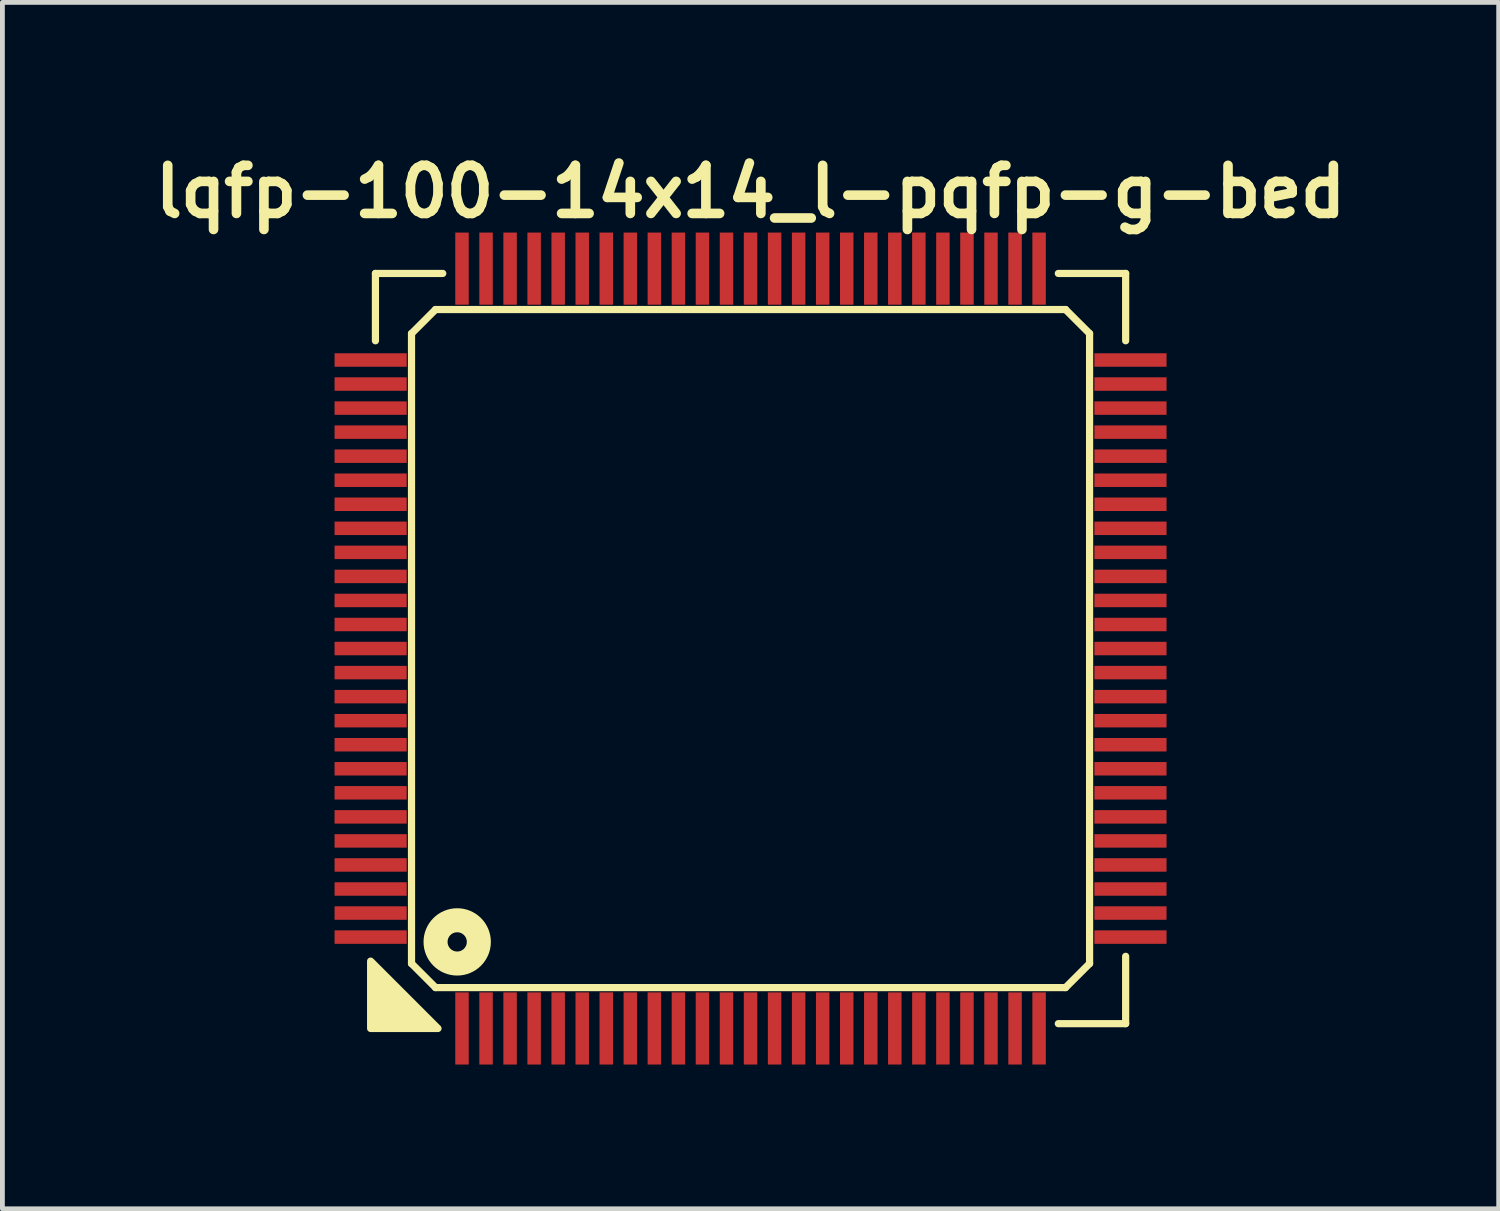
<source format=kicad_pcb>
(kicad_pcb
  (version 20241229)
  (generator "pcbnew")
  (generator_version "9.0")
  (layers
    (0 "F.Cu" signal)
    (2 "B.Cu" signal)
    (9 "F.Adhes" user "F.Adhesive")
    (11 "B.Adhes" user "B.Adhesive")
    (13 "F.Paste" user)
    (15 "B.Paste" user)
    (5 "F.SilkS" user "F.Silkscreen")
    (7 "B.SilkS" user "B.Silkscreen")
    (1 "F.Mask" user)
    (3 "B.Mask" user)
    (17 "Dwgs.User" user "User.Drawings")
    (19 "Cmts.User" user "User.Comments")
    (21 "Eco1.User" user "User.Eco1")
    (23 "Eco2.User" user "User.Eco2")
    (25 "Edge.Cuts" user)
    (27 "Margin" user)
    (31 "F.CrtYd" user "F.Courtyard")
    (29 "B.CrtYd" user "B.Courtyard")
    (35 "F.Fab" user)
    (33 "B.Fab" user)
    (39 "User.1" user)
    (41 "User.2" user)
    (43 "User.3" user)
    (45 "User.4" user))
  (footprint "lqfp-100-14x14_l-pqfp-g-bed"
    (layer "F.Cu")
    (at 12.557 10.436)
    (property "Reference" "lqfp-100-14x14_l-pqfp-g-bed" (at 0 -9.5 0) (layer "F.SilkS") (effects (font (size 1 1) (thickness 0.2))))
    (attr smd)
    (fp_line (start -7.8 -7.8) (end -6.4 -7.8) (stroke (width 0.15) (type solid)) (layer "F.SilkS"))
    (fp_line (start -7.8 -6.4) (end -7.8 -7.8) (stroke (width 0.15) (type solid)) (layer "F.SilkS"))
    (fp_line (start -7.05 -6.55) (end -6.55 -7.05) (stroke (width 0.15) (type solid)) (layer "F.SilkS"))
    (fp_line (start -7.05 6.55) (end -7.05 -6.55) (stroke (width 0.15) (type solid)) (layer "F.SilkS"))
    (fp_line (start -6.55 -7.05) (end 6.55 -7.05) (stroke (width 0.15) (type solid)) (layer "F.SilkS"))
    (fp_line (start -6.55 7.05) (end -7.05 6.55) (stroke (width 0.15) (type solid)) (layer "F.SilkS"))
    (fp_line (start 6.4 -7.8) (end 7.8 -7.8) (stroke (width 0.15) (type solid)) (layer "F.SilkS"))
    (fp_line (start 6.55 -7.05) (end 7.05 -6.55) (stroke (width 0.15) (type solid)) (layer "F.SilkS"))
    (fp_line (start 6.55 7.05) (end -6.55 7.05) (stroke (width 0.15) (type solid)) (layer "F.SilkS"))
    (fp_line (start 7.05 -6.55) (end 7.05 6.55) (stroke (width 0.15) (type solid)) (layer "F.SilkS"))
    (fp_line (start 7.05 6.55) (end 6.55 7.05) (stroke (width 0.15) (type solid)) (layer "F.SilkS"))
    (fp_line (start 7.8 -7.8) (end 7.8 -6.4) (stroke (width 0.15) (type solid)) (layer "F.SilkS"))
    (fp_line (start 7.8 6.4) (end 7.8 7.8) (stroke (width 0.15) (type solid)) (layer "F.SilkS"))
    (fp_line (start 7.8 7.8) (end 6.4 7.8) (stroke (width 0.15) (type solid)) (layer "F.SilkS"))
    (fp_circle (center -6.1 6.1) (end -5.9 6.1) (stroke (width 0.5) (type solid)) (fill no) (layer "F.SilkS"))
    (fp_poly (pts (xy -6.5 7.9) (xy -7.9 7.9) (xy -7.9 6.5)) (stroke (width 0.15) (type solid)) (fill yes) (layer "F.SilkS"))
    (pad "1" smd rect (at -6 7.9) (size 0.28 1.5) (layers "F.Cu" "F.Mask" "F.Paste"))
    (pad "2" smd rect (at -5.5 7.9) (size 0.28 1.5) (layers "F.Cu" "F.Mask" "F.Paste"))
    (pad "3" smd rect (at -5 7.9) (size 0.28 1.5) (layers "F.Cu" "F.Mask" "F.Paste"))
    (pad "4" smd rect (at -4.5 7.9) (size 0.28 1.5) (layers "F.Cu" "F.Mask" "F.Paste"))
    (pad "5" smd rect (at -4 7.9) (size 0.28 1.5) (layers "F.Cu" "F.Mask" "F.Paste"))
    (pad "6" smd rect (at -3.5 7.9) (size 0.28 1.5) (layers "F.Cu" "F.Mask" "F.Paste"))
    (pad "7" smd rect (at -3 7.9) (size 0.28 1.5) (layers "F.Cu" "F.Mask" "F.Paste"))
    (pad "8" smd rect (at -2.5 7.9) (size 0.28 1.5) (layers "F.Cu" "F.Mask" "F.Paste"))
    (pad "9" smd rect (at -2 7.9) (size 0.28 1.5) (layers "F.Cu" "F.Mask" "F.Paste"))
    (pad "10" smd rect (at -1.5 7.9) (size 0.28 1.5) (layers "F.Cu" "F.Mask" "F.Paste"))
    (pad "11" smd rect (at -1 7.9) (size 0.28 1.5) (layers "F.Cu" "F.Mask" "F.Paste"))
    (pad "12" smd rect (at -0.5 7.9) (size 0.28 1.5) (layers "F.Cu" "F.Mask" "F.Paste"))
    (pad "13" smd rect (at 0 7.9) (size 0.28 1.5) (layers "F.Cu" "F.Mask" "F.Paste"))
    (pad "14" smd rect (at 0.5 7.9) (size 0.28 1.5) (layers "F.Cu" "F.Mask" "F.Paste"))
    (pad "15" smd rect (at 1 7.9) (size 0.28 1.5) (layers "F.Cu" "F.Mask" "F.Paste"))
    (pad "16" smd rect (at 1.5 7.9) (size 0.28 1.5) (layers "F.Cu" "F.Mask" "F.Paste"))
    (pad "17" smd rect (at 2 7.9) (size 0.28 1.5) (layers "F.Cu" "F.Mask" "F.Paste"))
    (pad "18" smd rect (at 2.5 7.9) (size 0.28 1.5) (layers "F.Cu" "F.Mask" "F.Paste"))
    (pad "19" smd rect (at 3 7.9) (size 0.28 1.5) (layers "F.Cu" "F.Mask" "F.Paste"))
    (pad "20" smd rect (at 3.5 7.9) (size 0.28 1.5) (layers "F.Cu" "F.Mask" "F.Paste"))
    (pad "21" smd rect (at 4 7.9) (size 0.28 1.5) (layers "F.Cu" "F.Mask" "F.Paste"))
    (pad "22" smd rect (at 4.5 7.9) (size 0.28 1.5) (layers "F.Cu" "F.Mask" "F.Paste"))
    (pad "23" smd rect (at 5 7.9) (size 0.28 1.5) (layers "F.Cu" "F.Mask" "F.Paste"))
    (pad "24" smd rect (at 5.5 7.9) (size 0.28 1.5) (layers "F.Cu" "F.Mask" "F.Paste"))
    (pad "25" smd rect (at 6 7.9) (size 0.28 1.5) (layers "F.Cu" "F.Mask" "F.Paste"))
    (pad "26" smd rect (at 7.9 6) (size 1.5 0.28) (layers "F.Cu" "F.Mask" "F.Paste"))
    (pad "27" smd rect (at 7.9 5.5) (size 1.5 0.28) (layers "F.Cu" "F.Mask" "F.Paste"))
    (pad "28" smd rect (at 7.9 5) (size 1.5 0.28) (layers "F.Cu" "F.Mask" "F.Paste"))
    (pad "29" smd rect (at 7.9 4.5) (size 1.5 0.28) (layers "F.Cu" "F.Mask" "F.Paste"))
    (pad "30" smd rect (at 7.9 4) (size 1.5 0.28) (layers "F.Cu" "F.Mask" "F.Paste"))
    (pad "31" smd rect (at 7.9 3.5) (size 1.5 0.28) (layers "F.Cu" "F.Mask" "F.Paste"))
    (pad "32" smd rect (at 7.9 3) (size 1.5 0.28) (layers "F.Cu" "F.Mask" "F.Paste"))
    (pad "33" smd rect (at 7.9 2.5) (size 1.5 0.28) (layers "F.Cu" "F.Mask" "F.Paste"))
    (pad "34" smd rect (at 7.9 2) (size 1.5 0.28) (layers "F.Cu" "F.Mask" "F.Paste"))
    (pad "35" smd rect (at 7.9 1.5) (size 1.5 0.28) (layers "F.Cu" "F.Mask" "F.Paste"))
    (pad "36" smd rect (at 7.9 1) (size 1.5 0.28) (layers "F.Cu" "F.Mask" "F.Paste"))
    (pad "37" smd rect (at 7.9 0.5) (size 1.5 0.28) (layers "F.Cu" "F.Mask" "F.Paste"))
    (pad "38" smd rect (at 7.9 0) (size 1.5 0.28) (layers "F.Cu" "F.Mask" "F.Paste"))
    (pad "39" smd rect (at 7.9 -0.5) (size 1.5 0.28) (layers "F.Cu" "F.Mask" "F.Paste"))
    (pad "40" smd rect (at 7.9 -1) (size 1.5 0.28) (layers "F.Cu" "F.Mask" "F.Paste"))
    (pad "41" smd rect (at 7.9 -1.5) (size 1.5 0.28) (layers "F.Cu" "F.Mask" "F.Paste"))
    (pad "42" smd rect (at 7.9 -2) (size 1.5 0.28) (layers "F.Cu" "F.Mask" "F.Paste"))
    (pad "43" smd rect (at 7.9 -2.5) (size 1.5 0.28) (layers "F.Cu" "F.Mask" "F.Paste"))
    (pad "44" smd rect (at 7.9 -3) (size 1.5 0.28) (layers "F.Cu" "F.Mask" "F.Paste"))
    (pad "45" smd rect (at 7.9 -3.5) (size 1.5 0.28) (layers "F.Cu" "F.Mask" "F.Paste"))
    (pad "46" smd rect (at 7.9 -4) (size 1.5 0.28) (layers "F.Cu" "F.Mask" "F.Paste"))
    (pad "47" smd rect (at 7.9 -4.5) (size 1.5 0.28) (layers "F.Cu" "F.Mask" "F.Paste"))
    (pad "48" smd rect (at 7.9 -5) (size 1.5 0.28) (layers "F.Cu" "F.Mask" "F.Paste"))
    (pad "49" smd rect (at 7.9 -5.5) (size 1.5 0.28) (layers "F.Cu" "F.Mask" "F.Paste"))
    (pad "50" smd rect (at 7.9 -6) (size 1.5 0.28) (layers "F.Cu" "F.Mask" "F.Paste"))
    (pad "51" smd rect (at 6 -7.9) (size 0.28 1.5) (layers "F.Cu" "F.Mask" "F.Paste"))
    (pad "52" smd rect (at 5.5 -7.9) (size 0.28 1.5) (layers "F.Cu" "F.Mask" "F.Paste"))
    (pad "53" smd rect (at 5 -7.9) (size 0.28 1.5) (layers "F.Cu" "F.Mask" "F.Paste"))
    (pad "54" smd rect (at 4.5 -7.9) (size 0.28 1.5) (layers "F.Cu" "F.Mask" "F.Paste"))
    (pad "55" smd rect (at 4 -7.9) (size 0.28 1.5) (layers "F.Cu" "F.Mask" "F.Paste"))
    (pad "56" smd rect (at 3.5 -7.9) (size 0.28 1.5) (layers "F.Cu" "F.Mask" "F.Paste"))
    (pad "57" smd rect (at 3 -7.9) (size 0.28 1.5) (layers "F.Cu" "F.Mask" "F.Paste"))
    (pad "58" smd rect (at 2.5 -7.9) (size 0.28 1.5) (layers "F.Cu" "F.Mask" "F.Paste"))
    (pad "59" smd rect (at 2 -7.9) (size 0.28 1.5) (layers "F.Cu" "F.Mask" "F.Paste"))
    (pad "60" smd rect (at 1.5 -7.9) (size 0.28 1.5) (layers "F.Cu" "F.Mask" "F.Paste"))
    (pad "61" smd rect (at 1 -7.9) (size 0.28 1.5) (layers "F.Cu" "F.Mask" "F.Paste"))
    (pad "62" smd rect (at 0.5 -7.9) (size 0.28 1.5) (layers "F.Cu" "F.Mask" "F.Paste"))
    (pad "63" smd rect (at 0 -7.9) (size 0.28 1.5) (layers "F.Cu" "F.Mask" "F.Paste"))
    (pad "64" smd rect (at -0.5 -7.9) (size 0.28 1.5) (layers "F.Cu" "F.Mask" "F.Paste"))
    (pad "65" smd rect (at -1 -7.9) (size 0.28 1.5) (layers "F.Cu" "F.Mask" "F.Paste"))
    (pad "66" smd rect (at -1.5 -7.9) (size 0.28 1.5) (layers "F.Cu" "F.Mask" "F.Paste"))
    (pad "67" smd rect (at -2 -7.9) (size 0.28 1.5) (layers "F.Cu" "F.Mask" "F.Paste"))
    (pad "68" smd rect (at -2.5 -7.9) (size 0.28 1.5) (layers "F.Cu" "F.Mask" "F.Paste"))
    (pad "69" smd rect (at -3 -7.9) (size 0.28 1.5) (layers "F.Cu" "F.Mask" "F.Paste"))
    (pad "70" smd rect (at -3.5 -7.9) (size 0.28 1.5) (layers "F.Cu" "F.Mask" "F.Paste"))
    (pad "71" smd rect (at -4 -7.9) (size 0.28 1.5) (layers "F.Cu" "F.Mask" "F.Paste"))
    (pad "72" smd rect (at -4.5 -7.9) (size 0.28 1.5) (layers "F.Cu" "F.Mask" "F.Paste"))
    (pad "73" smd rect (at -5 -7.9) (size 0.28 1.5) (layers "F.Cu" "F.Mask" "F.Paste"))
    (pad "74" smd rect (at -5.5 -7.9) (size 0.28 1.5) (layers "F.Cu" "F.Mask" "F.Paste"))
    (pad "75" smd rect (at -6 -7.9) (size 0.28 1.5) (layers "F.Cu" "F.Mask" "F.Paste"))
    (pad "76" smd rect (at -7.9 -6) (size 1.5 0.28) (layers "F.Cu" "F.Mask" "F.Paste"))
    (pad "77" smd rect (at -7.9 -5.5) (size 1.5 0.28) (layers "F.Cu" "F.Mask" "F.Paste"))
    (pad "78" smd rect (at -7.9 -5) (size 1.5 0.28) (layers "F.Cu" "F.Mask" "F.Paste"))
    (pad "79" smd rect (at -7.9 -4.5) (size 1.5 0.28) (layers "F.Cu" "F.Mask" "F.Paste"))
    (pad "80" smd rect (at -7.9 -4) (size 1.5 0.28) (layers "F.Cu" "F.Mask" "F.Paste"))
    (pad "81" smd rect (at -7.9 -3.5) (size 1.5 0.28) (layers "F.Cu" "F.Mask" "F.Paste"))
    (pad "82" smd rect (at -7.9 -3) (size 1.5 0.28) (layers "F.Cu" "F.Mask" "F.Paste"))
    (pad "83" smd rect (at -7.9 -2.5) (size 1.5 0.28) (layers "F.Cu" "F.Mask" "F.Paste"))
    (pad "84" smd rect (at -7.9 -2) (size 1.5 0.28) (layers "F.Cu" "F.Mask" "F.Paste"))
    (pad "85" smd rect (at -7.9 -1.5) (size 1.5 0.28) (layers "F.Cu" "F.Mask" "F.Paste"))
    (pad "86" smd rect (at -7.9 -1) (size 1.5 0.28) (layers "F.Cu" "F.Mask" "F.Paste"))
    (pad "87" smd rect (at -7.9 -0.5) (size 1.5 0.28) (layers "F.Cu" "F.Mask" "F.Paste"))
    (pad "88" smd rect (at -7.9 0) (size 1.5 0.28) (layers "F.Cu" "F.Mask" "F.Paste"))
    (pad "89" smd rect (at -7.9 0.5) (size 1.5 0.28) (layers "F.Cu" "F.Mask" "F.Paste"))
    (pad "90" smd rect (at -7.9 1) (size 1.5 0.28) (layers "F.Cu" "F.Mask" "F.Paste"))
    (pad "91" smd rect (at -7.9 1.5) (size 1.5 0.28) (layers "F.Cu" "F.Mask" "F.Paste"))
    (pad "92" smd rect (at -7.9 2) (size 1.5 0.28) (layers "F.Cu" "F.Mask" "F.Paste"))
    (pad "93" smd rect (at -7.9 2.5) (size 1.5 0.28) (layers "F.Cu" "F.Mask" "F.Paste"))
    (pad "94" smd rect (at -7.9 3) (size 1.5 0.28) (layers "F.Cu" "F.Mask" "F.Paste"))
    (pad "95" smd rect (at -7.9 3.5) (size 1.5 0.28) (layers "F.Cu" "F.Mask" "F.Paste"))
    (pad "96" smd rect (at -7.9 4) (size 1.5 0.28) (layers "F.Cu" "F.Mask" "F.Paste"))
    (pad "97" smd rect (at -7.9 4.5) (size 1.5 0.28) (layers "F.Cu" "F.Mask" "F.Paste"))
    (pad "98" smd rect (at -7.9 5) (size 1.5 0.28) (layers "F.Cu" "F.Mask" "F.Paste"))
    (pad "99" smd rect (at -7.9 5.5) (size 1.5 0.28) (layers "F.Cu" "F.Mask" "F.Paste"))
    (pad "100" smd rect (at -7.9 6) (size 1.5 0.28) (layers "F.Cu" "F.Mask" "F.Paste")))
  (gr_rect
    (start -3 -3)
    (end 28.114 22.086)
    (stroke (width 0.1) (type default))
    (fill no)
    (layer "Edge.Cuts")))
</source>
